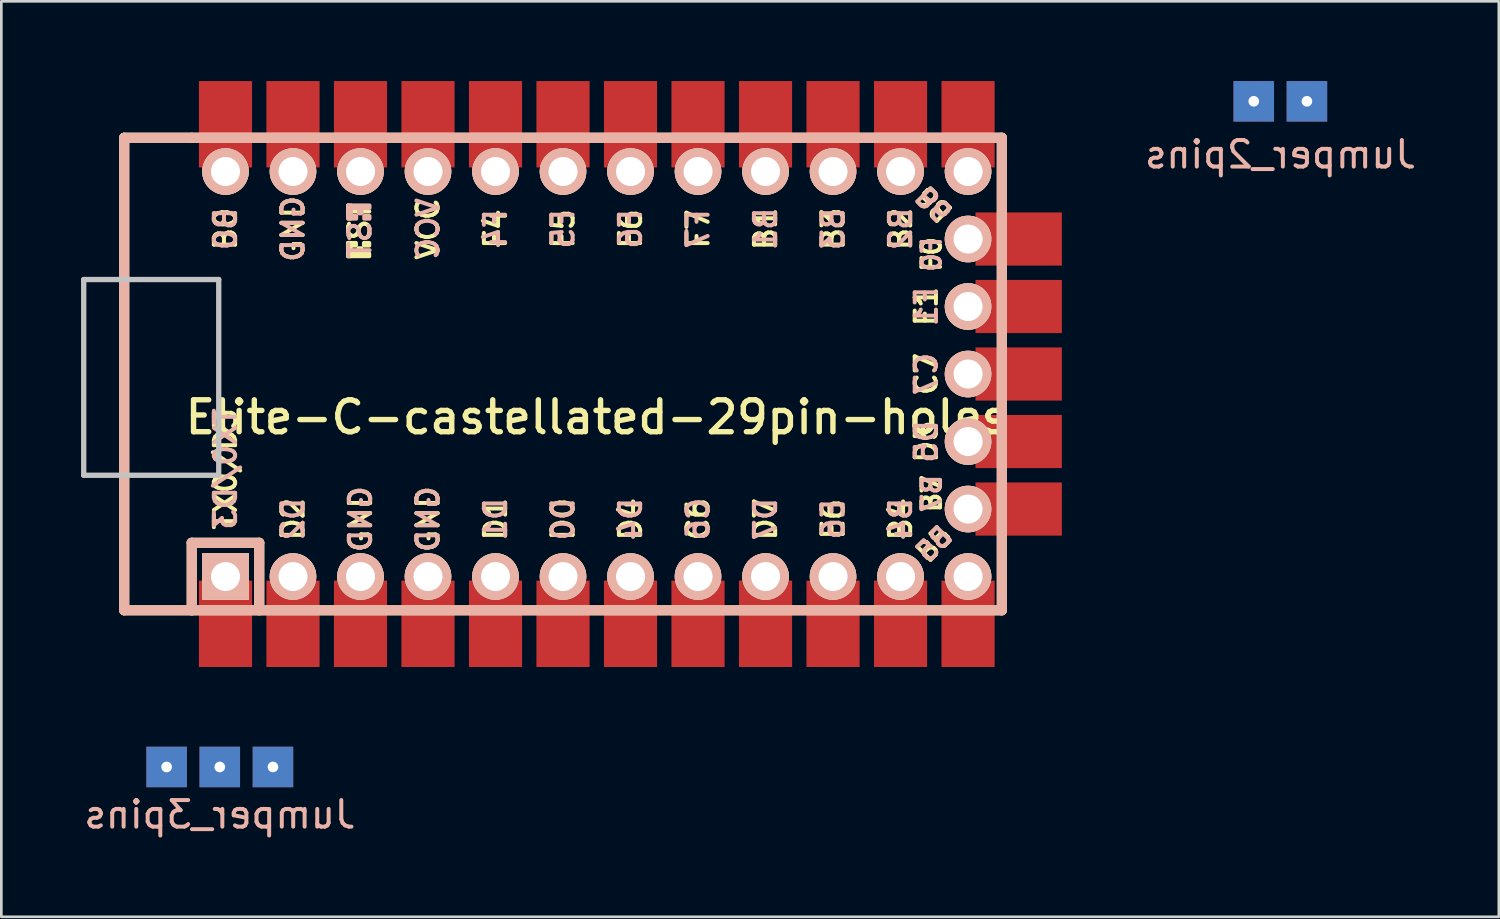
<source format=kicad_pcb>
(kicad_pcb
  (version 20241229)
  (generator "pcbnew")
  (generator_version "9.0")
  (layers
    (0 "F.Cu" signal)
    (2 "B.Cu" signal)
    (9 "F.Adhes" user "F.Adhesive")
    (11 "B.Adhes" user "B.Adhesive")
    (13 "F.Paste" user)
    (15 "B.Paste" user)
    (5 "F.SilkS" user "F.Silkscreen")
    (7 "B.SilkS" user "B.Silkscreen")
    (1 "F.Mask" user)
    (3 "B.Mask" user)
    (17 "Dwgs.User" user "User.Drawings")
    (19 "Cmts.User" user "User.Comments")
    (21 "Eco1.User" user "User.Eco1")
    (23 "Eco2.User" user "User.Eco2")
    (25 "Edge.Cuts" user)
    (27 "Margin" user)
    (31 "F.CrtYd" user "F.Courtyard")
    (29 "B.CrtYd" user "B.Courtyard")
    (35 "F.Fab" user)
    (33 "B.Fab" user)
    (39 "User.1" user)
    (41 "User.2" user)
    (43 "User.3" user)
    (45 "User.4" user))
  (footprint "Elite-C-castellated-29pin-holes"
    (layer "F.Cu")
    (at 19.404 11.023)
    (property "Reference" "Elite-C-castellated-29pin-holes" (at 0 1.625 0) (layer "F.SilkS") (effects (font (size 1.2 1.2) (thickness 0.203))))
    (attr through_hole)
    (fp_line (start -17.78 -8.89) (end -17.78 8.89) (stroke (width 0.381) (type solid)) (layer "F.SilkS"))
    (fp_line (start -17.78 8.89) (end -15.24 8.89) (stroke (width 0.381) (type solid)) (layer "F.SilkS"))
    (fp_line (start -15.24 -8.89) (end -17.78 -8.89) (stroke (width 0.381) (type solid)) (layer "F.SilkS"))
    (fp_line (start -15.24 6.35) (end -15.24 8.89) (stroke (width 0.381) (type solid)) (layer "F.SilkS"))
    (fp_line (start -15.24 6.35) (end -12.7 6.35) (stroke (width 0.381) (type solid)) (layer "F.SilkS"))
    (fp_line (start -15.24 8.89) (end 15.24 8.89) (stroke (width 0.381) (type solid)) (layer "F.SilkS"))
    (fp_line (start -12.7 6.35) (end -12.7 8.89) (stroke (width 0.381) (type solid)) (layer "F.SilkS"))
    (fp_line (start 15.24 -8.89) (end -15.24 -8.89) (stroke (width 0.381) (type solid)) (layer "F.SilkS"))
    (fp_line (start 15.24 8.89) (end 15.24 -8.89) (stroke (width 0.381) (type solid)) (layer "F.SilkS"))
    (fp_poly (pts (xy -9.361 -4.932) (xy -9.261 -4.932) (xy -9.261 -4.432) (xy -9.361 -4.432)) (stroke (width 0.15) (type solid)) (fill yes) (layer "F.SilkS"))
    (fp_poly (pts (xy -9.361 -4.932) (xy -9.061 -4.932) (xy -9.061 -4.832) (xy -9.361 -4.832)) (stroke (width 0.15) (type solid)) (fill yes) (layer "F.SilkS"))
    (fp_poly (pts (xy -9.361 -4.532) (xy -8.561 -4.532) (xy -8.561 -4.432) (xy -9.361 -4.432)) (stroke (width 0.15) (type solid)) (fill yes) (layer "F.SilkS"))
    (fp_poly (pts (xy -8.961 -4.732) (xy -8.861 -4.732) (xy -8.861 -4.632) (xy -8.961 -4.632)) (stroke (width 0.15) (type solid)) (fill yes) (layer "F.SilkS"))
    (fp_poly (pts (xy -8.761 -4.932) (xy -8.561 -4.932) (xy -8.561 -4.832) (xy -8.761 -4.832)) (stroke (width 0.15) (type solid)) (fill yes) (layer "F.SilkS"))
    (fp_line (start -17.78 -8.89) (end -17.78 8.89) (stroke (width 0.381) (type solid)) (layer "B.SilkS"))
    (fp_line (start -17.78 8.89) (end 15.24 8.89) (stroke (width 0.381) (type solid)) (layer "B.SilkS"))
    (fp_line (start -15.24 6.35) (end -15.24 8.89) (stroke (width 0.381) (type solid)) (layer "B.SilkS"))
    (fp_line (start -15.24 6.35) (end -12.7 6.35) (stroke (width 0.381) (type solid)) (layer "B.SilkS"))
    (fp_line (start -12.7 6.35) (end -12.7 8.89) (stroke (width 0.381) (type solid)) (layer "B.SilkS"))
    (fp_line (start 15.24 -8.89) (end -17.78 -8.89) (stroke (width 0.381) (type solid)) (layer "B.SilkS"))
    (fp_line (start 15.24 8.89) (end 15.24 -8.89) (stroke (width 0.381) (type solid)) (layer "B.SilkS"))
    (fp_poly (pts (xy -9.351 -6.245) (xy -8.551 -6.245) (xy -8.551 -6.345) (xy -9.351 -6.345)) (stroke (width 0.15) (type solid)) (fill yes) (layer "B.SilkS"))
    (fp_poly (pts (xy -9.351 -5.845) (xy -9.251 -5.845) (xy -9.251 -6.345) (xy -9.351 -6.345)) (stroke (width 0.15) (type solid)) (fill yes) (layer "B.SilkS"))
    (fp_poly (pts (xy -9.351 -5.845) (xy -9.051 -5.845) (xy -9.051 -5.945) (xy -9.351 -5.945)) (stroke (width 0.15) (type solid)) (fill yes) (layer "B.SilkS"))
    (fp_poly (pts (xy -8.951 -6.045) (xy -8.851 -6.045) (xy -8.851 -6.145) (xy -8.951 -6.145)) (stroke (width 0.15) (type solid)) (fill yes) (layer "B.SilkS"))
    (fp_poly (pts (xy -8.751 -5.845) (xy -8.551 -5.845) (xy -8.551 -5.945) (xy -8.751 -5.945)) (stroke (width 0.15) (type solid)) (fill yes) (layer "B.SilkS"))
    (fp_line (start -19.304 -3.556) (end -14.224 -3.556) (stroke (width 0.2) (type solid)) (layer "Dwgs.User"))
    (fp_line (start -19.304 3.81) (end -19.304 -3.556) (stroke (width 0.2) (type solid)) (layer "Dwgs.User"))
    (fp_line (start -14.224 -3.556) (end -14.224 3.81) (stroke (width 0.2) (type solid)) (layer "Dwgs.User"))
    (fp_line (start -14.224 3.81) (end -19.304 3.81) (stroke (width 0.2) (type solid)) (layer "Dwgs.User"))
    (fp_text user "VCC" (at -6.35 -5.461 90) (layer "F.SilkS") (effects (font (size 0.8 0.8) (thickness 0.15))))
    (fp_text user "D1" (at -3.81 5.461 90) (layer "F.SilkS") (effects (font (size 0.8 0.8) (thickness 0.15))))
    (fp_text user "B3" (at 8.89 -5.461 90) (layer "F.SilkS") (effects (font (size 0.8 0.8) (thickness 0.15))))
    (fp_text user "B0" (at -13.97 -5.461 90) (layer "F.SilkS") (effects (font (size 0.8 0.8) (thickness 0.15))))
    (fp_text user "D4" (at 1.27 5.461 90) (layer "F.SilkS") (effects (font (size 0.8 0.8) (thickness 0.15))))
    (fp_text user "F5" (at -1.27 -5.461 90) (layer "F.SilkS") (effects (font (size 0.8 0.8) (thickness 0.15))))
    (fp_text user "D5" (at 12.4 2.54 90) (layer "F.SilkS") (effects (font (size 0.8 0.8) (thickness 0.15))))
    (fp_text user "B7" (at 12.6 4.5 90) (layer "F.SilkS") (effects (font (size 0.7 0.7) (thickness 0.15))))
    (fp_text user "GND" (at -11.43 -5.461 90) (layer "F.SilkS") (effects (font (size 0.8 0.8) (thickness 0.15))))
    (fp_text user "E6" (at 8.89 5.461 90) (layer "F.SilkS") (effects (font (size 0.8 0.8) (thickness 0.15))))
    (fp_text user "GND" (at -6.35 5.461 90) (layer "F.SilkS") (effects (font (size 0.8 0.8) (thickness 0.15))))
    (fp_text user "B6" (at 12.7 -6.4 135) (unlocked yes) (layer "F.SilkS") (effects (font (size 0.7 0.7) (thickness 0.15))))
    (fp_text user "B2" (at 11.43 -5.461 90) (layer "F.SilkS") (effects (font (size 0.8 0.8) (thickness 0.15))))
    (fp_text user "TX0/D3" (at -13.97 3.572 90) (layer "F.SilkS") (effects (font (size 0.8 0.8) (thickness 0.15))))
    (fp_text user "B1" (at 6.35 -5.461 90) (layer "F.SilkS") (effects (font (size 0.8 0.8) (thickness 0.15))))
    (fp_text user "F7" (at 3.81 -5.461 90) (layer "F.SilkS") (effects (font (size 0.8 0.8) (thickness 0.15))))
    (fp_text user "F4" (at -3.81 -5.461 90) (layer "F.SilkS") (effects (font (size 0.8 0.8) (thickness 0.15))))
    (fp_text user "D2" (at -11.43 5.461 90) (layer "F.SilkS") (effects (font (size 0.8 0.8) (thickness 0.15))))
    (fp_text user "F1" (at 12.4 -2.54 90) (layer "F.SilkS") (effects (font (size 0.8 0.8) (thickness 0.15))))
    (fp_text user "B5" (at 12.7 6.4 45) (layer "F.SilkS") (effects (font (size 0.7 0.7) (thickness 0.15))))
    (fp_text user "F0" (at 12.6 -4.5 90) (layer "F.SilkS") (effects (font (size 0.7 0.7) (thickness 0.15))))
    (fp_text user "C6" (at 3.81 5.461 90) (layer "F.SilkS") (effects (font (size 0.8 0.8) (thickness 0.15))))
    (fp_text user "ST" (at -8.92 -5.733 90) (layer "F.SilkS") (effects (font (size 0.8 0.8) (thickness 0.15))))
    (fp_text user "C7" (at 12.4 0 90) (layer "F.SilkS") (effects (font (size 0.8 0.8) (thickness 0.15))))
    (fp_text user "D0" (at -1.27 5.461 90) (layer "F.SilkS") (effects (font (size 0.8 0.8) (thickness 0.15))))
    (fp_text user "D7" (at 6.35 5.461 90) (layer "F.SilkS") (effects (font (size 0.8 0.8) (thickness 0.15))))
    (fp_text user "F6" (at 1.27 -5.461 90) (layer "F.SilkS") (effects (font (size 0.8 0.8) (thickness 0.15))))
    (fp_text user "GND" (at -8.89 5.461 90) (layer "F.SilkS") (effects (font (size 0.8 0.8) (thickness 0.15))))
    (fp_text user "B4" (at 11.43 5.461 90) (layer "F.SilkS") (effects (font (size 0.8 0.8) (thickness 0.15))))
    (fp_text user "D5" (at 12.4 2.54 90) (layer "B.SilkS") (effects (font (size 0.8 0.8) (thickness 0.15)) (justify mirror)))
    (fp_text user "B7" (at 12.6 4.5 90) (layer "B.SilkS") (effects (font (size 0.7 0.7) (thickness 0.15)) (justify mirror)))
    (fp_text user "B3" (at 8.89 -5.461 90) (layer "B.SilkS") (effects (font (size 0.8 0.8) (thickness 0.15)) (justify mirror)))
    (fp_text user "C6" (at 3.81 5.461 90) (layer "B.SilkS") (effects (font (size 0.8 0.8) (thickness 0.15)) (justify mirror)))
    (fp_text user "GND" (at -6.35 5.461 90) (layer "B.SilkS") (effects (font (size 0.8 0.8) (thickness 0.15)) (justify mirror)))
    (fp_text user "B4" (at 11.43 5.461 90) (layer "B.SilkS") (effects (font (size 0.8 0.8) (thickness 0.15)) (justify mirror)))
    (fp_text user "D0" (at -1.27 5.461 90) (layer "B.SilkS") (effects (font (size 0.8 0.8) (thickness 0.15)) (justify mirror)))
    (fp_text user "GND" (at -11.43 -5.461 90) (layer "B.SilkS") (effects (font (size 0.8 0.8) (thickness 0.15)) (justify mirror)))
    (fp_text user "B2" (at 11.43 -5.461 90) (layer "B.SilkS") (effects (font (size 0.8 0.8) (thickness 0.15)) (justify mirror)))
    (fp_text user "D7" (at 6.35 5.461 90) (layer "B.SilkS") (effects (font (size 0.8 0.8) (thickness 0.15)) (justify mirror)))
    (fp_text user "D1" (at -3.81 5.461 90) (layer "B.SilkS") (effects (font (size 0.8 0.8) (thickness 0.15)) (justify mirror)))
    (fp_text user "B1" (at 6.35 -5.461 90) (layer "B.SilkS") (effects (font (size 0.8 0.8) (thickness 0.15)) (justify mirror)))
    (fp_text user "B5" (at 12.7 6.4 45) (layer "B.SilkS") (effects (font (size 0.7 0.7) (thickness 0.15)) (justify mirror)))
    (fp_text user "VCC" (at -6.35 -5.461 90) (layer "B.SilkS") (effects (font (size 0.8 0.8) (thickness 0.15)) (justify mirror)))
    (fp_text user "D2" (at -11.43 5.461 90) (layer "B.SilkS") (effects (font (size 0.8 0.8) (thickness 0.15)) (justify mirror)))
    (fp_text user "ST" (at -8.91 -5.04 90) (layer "B.SilkS") (effects (font (size 0.8 0.8) (thickness 0.15)) (justify mirror)))
    (fp_text user "B0" (at -13.97 -5.461 90) (layer "B.SilkS") (effects (font (size 0.8 0.8) (thickness 0.15)) (justify mirror)))
    (fp_text user "D4" (at 1.27 5.461 90) (layer "B.SilkS") (effects (font (size 0.8 0.8) (thickness 0.15)) (justify mirror)))
    (fp_text user "F4" (at -3.81 -5.461 90) (layer "B.SilkS") (effects (font (size 0.8 0.8) (thickness 0.15)) (justify mirror)))
    (fp_text user "C7" (at 12.4 0 90) (layer "B.SilkS") (effects (font (size 0.8 0.8) (thickness 0.15)) (justify mirror)))
    (fp_text user "F6" (at 1.27 -5.461 90) (layer "B.SilkS") (effects (font (size 0.8 0.8) (thickness 0.15)) (justify mirror)))
    (fp_text user "F5" (at -1.27 -5.461 90) (layer "B.SilkS") (effects (font (size 0.8 0.8) (thickness 0.15)) (justify mirror)))
    (fp_text user "E6" (at 8.89 5.461 90) (layer "B.SilkS") (effects (font (size 0.8 0.8) (thickness 0.15)) (justify mirror)))
    (fp_text user "F7" (at 3.81 -5.461 90) (layer "B.SilkS") (effects (font (size 0.8 0.8) (thickness 0.15)) (justify mirror)))
    (fp_text user "GND" (at -8.89 5.461 90) (layer "B.SilkS") (effects (font (size 0.8 0.8) (thickness 0.15)) (justify mirror)))
    (fp_text user "B6" (at 12.7 -6.4 135) (unlocked yes) (layer "B.SilkS") (effects (font (size 0.7 0.7) (thickness 0.15)) (justify mirror)))
    (fp_text user "F1" (at 12.4 -2.54 90) (layer "B.SilkS") (effects (font (size 0.8 0.8) (thickness 0.15)) (justify mirror)))
    (fp_text user "F0" (at 12.6 -4.5 90) (layer "B.SilkS") (effects (font (size 0.7 0.7) (thickness 0.15)) (justify mirror)))
    (fp_text user "TX0/D3" (at -13.97 3.572 90) (layer "B.SilkS") (effects (font (size 0.8 0.8) (thickness 0.15)) (justify mirror)))
    (pad "1" thru_hole rect (at -13.97 7.62) (size 1.753 1.753) (drill 1.092) (layers "*.Cu" "*.SilkS" "*.Mask"))
    (pad "1" smd rect (at -13.97 9.398) (size 2 3.25) (layers "F.Cu" "F.Mask" "F.Paste"))
    (pad "2" thru_hole circle (at -11.43 7.62) (size 1.753 1.753) (drill 1.092) (layers "*.Cu" "*.SilkS" "*.Mask"))
    (pad "2" smd rect (at -11.43 9.398) (size 2 3.25) (layers "F.Cu" "F.Mask" "F.Paste"))
    (pad "3" thru_hole circle (at -8.89 7.62) (size 1.753 1.753) (drill 1.092) (layers "*.Cu" "*.SilkS" "*.Mask"))
    (pad "3" smd rect (at -8.89 9.398) (size 2 3.25) (layers "F.Cu" "F.Mask" "F.Paste"))
    (pad "4" thru_hole circle (at -6.35 7.62) (size 1.753 1.753) (drill 1.092) (layers "*.Cu" "*.SilkS" "*.Mask"))
    (pad "4" smd rect (at -6.35 9.398) (size 2 3.25) (layers "F.Cu" "F.Mask" "F.Paste"))
    (pad "5" thru_hole circle (at -3.81 7.62) (size 1.753 1.753) (drill 1.092) (layers "*.Cu" "*.SilkS" "*.Mask"))
    (pad "5" smd rect (at -3.81 9.398) (size 2 3.25) (layers "F.Cu" "F.Mask" "F.Paste"))
    (pad "6" thru_hole circle (at -1.27 7.62) (size 1.753 1.753) (drill 1.092) (layers "*.Cu" "*.SilkS" "*.Mask"))
    (pad "6" smd rect (at -1.27 9.398) (size 2 3.25) (layers "F.Cu" "F.Mask" "F.Paste"))
    (pad "7" thru_hole circle (at 1.27 7.62) (size 1.753 1.753) (drill 1.092) (layers "*.Cu" "*.SilkS" "*.Mask"))
    (pad "7" smd rect (at 1.27 9.398) (size 2 3.25) (layers "F.Cu" "F.Mask" "F.Paste"))
    (pad "8" thru_hole circle (at 3.81 7.62) (size 1.753 1.753) (drill 1.092) (layers "*.Cu" "*.SilkS" "*.Mask"))
    (pad "8" smd rect (at 3.81 9.398) (size 2 3.25) (layers "F.Cu" "F.Mask" "F.Paste"))
    (pad "9" thru_hole circle (at 6.35 7.62) (size 1.753 1.753) (drill 1.092) (layers "*.Cu" "*.SilkS" "*.Mask"))
    (pad "9" smd rect (at 6.35 9.398) (size 2 3.25) (layers "F.Cu" "F.Mask" "F.Paste"))
    (pad "10" thru_hole circle (at 8.89 7.62) (size 1.753 1.753) (drill 1.092) (layers "*.Cu" "*.SilkS" "*.Mask"))
    (pad "10" smd rect (at 8.89 9.398) (size 2 3.25) (layers "F.Cu" "F.Mask" "F.Paste"))
    (pad "11" thru_hole circle (at 11.43 7.62) (size 1.753 1.753) (drill 1.092) (layers "*.Cu" "*.SilkS" "*.Mask"))
    (pad "11" smd rect (at 11.43 9.398) (size 2 3.25) (layers "F.Cu" "F.Mask" "F.Paste"))
    (pad "12" thru_hole circle (at 13.97 7.62) (size 1.753 1.753) (drill 1.092) (layers "*.Cu" "*.SilkS" "*.Mask"))
    (pad "12" smd rect (at 13.97 9.398) (size 2 3.25) (layers "F.Cu" "F.Mask" "F.Paste"))
    (pad "13" smd rect (at 13.97 -9.398) (size 2 3.25) (layers "F.Cu" "F.Mask" "F.Paste"))
    (pad "13" thru_hole circle (at 13.97 -7.62) (size 1.753 1.753) (drill 1.092) (layers "*.Cu" "*.SilkS" "*.Mask"))
    (pad "14" smd rect (at 11.43 -9.398) (size 2 3.25) (layers "F.Cu" "F.Mask" "F.Paste"))
    (pad "14" thru_hole circle (at 11.43 -7.62) (size 1.753 1.753) (drill 1.092) (layers "*.Cu" "*.SilkS" "*.Mask"))
    (pad "15" smd rect (at 8.89 -9.398) (size 2 3.25) (layers "F.Cu" "F.Mask" "F.Paste"))
    (pad "15" thru_hole circle (at 8.89 -7.62) (size 1.753 1.753) (drill 1.092) (layers "*.Cu" "*.SilkS" "*.Mask"))
    (pad "16" smd rect (at 6.35 -9.398) (size 2 3.25) (layers "F.Cu" "F.Mask" "F.Paste"))
    (pad "16" thru_hole circle (at 6.35 -7.62) (size 1.753 1.753) (drill 1.092) (layers "*.Cu" "*.SilkS" "*.Mask"))
    (pad "17" smd rect (at 3.81 -9.398) (size 2 3.25) (layers "F.Cu" "F.Mask" "F.Paste"))
    (pad "17" thru_hole circle (at 3.81 -7.62) (size 1.753 1.753) (drill 1.092) (layers "*.Cu" "*.SilkS" "*.Mask"))
    (pad "18" smd rect (at 1.27 -9.398) (size 2 3.25) (layers "F.Cu" "F.Mask" "F.Paste"))
    (pad "18" thru_hole circle (at 1.27 -7.62) (size 1.753 1.753) (drill 1.092) (layers "*.Cu" "*.SilkS" "*.Mask"))
    (pad "19" smd rect (at -1.27 -9.398) (size 2 3.25) (layers "F.Cu" "F.Mask" "F.Paste"))
    (pad "19" thru_hole circle (at -1.27 -7.62) (size 1.753 1.753) (drill 1.092) (layers "*.Cu" "*.SilkS" "*.Mask"))
    (pad "20" smd rect (at -3.81 -9.398) (size 2 3.25) (layers "F.Cu" "F.Mask" "F.Paste"))
    (pad "20" thru_hole circle (at -3.81 -7.62) (size 1.753 1.753) (drill 1.092) (layers "*.Cu" "*.SilkS" "*.Mask"))
    (pad "21" smd rect (at -6.35 -9.398) (size 2 3.25) (layers "F.Cu" "F.Mask" "F.Paste"))
    (pad "21" thru_hole circle (at -6.35 -7.62) (size 1.753 1.753) (drill 1.092) (layers "*.Cu" "*.SilkS" "*.Mask"))
    (pad "22" smd rect (at -8.89 -9.398) (size 2 3.25) (layers "F.Cu" "F.Mask" "F.Paste"))
    (pad "22" thru_hole circle (at -8.89 -7.62) (size 1.753 1.753) (drill 1.092) (layers "*.Cu" "*.SilkS" "*.Mask"))
    (pad "23" smd rect (at -11.43 -9.398) (size 2 3.25) (layers "F.Cu" "F.Mask" "F.Paste"))
    (pad "23" thru_hole circle (at -11.43 -7.62) (size 1.753 1.753) (drill 1.092) (layers "*.Cu" "*.SilkS" "*.Mask"))
    (pad "24" smd rect (at -13.97 -9.398) (size 2 3.25) (layers "F.Cu" "F.Mask" "F.Paste"))
    (pad "24" thru_hole circle (at -13.97 -7.62) (size 1.753 1.753) (drill 1.092) (layers "*.Cu" "*.SilkS" "*.Mask"))
    (pad "25" thru_hole circle (at 13.97 5.08) (size 1.753 1.753) (drill 1.092) (layers "*.Cu" "*.SilkS" "*.Mask"))
    (pad "25" smd rect (at 15.875 5.08 90) (size 2 3.25) (layers "F.Cu" "F.Mask" "F.Paste"))
    (pad "26" thru_hole circle (at 13.97 2.54) (size 1.753 1.753) (drill 1.092) (layers "*.Cu" "*.SilkS" "*.Mask"))
    (pad "26" smd rect (at 15.875 2.54 90) (size 2 3.25) (layers "F.Cu" "F.Mask" "F.Paste"))
    (pad "27" thru_hole circle (at 13.97 0) (size 1.753 1.753) (drill 1.092) (layers "*.Cu" "*.SilkS" "*.Mask"))
    (pad "27" smd rect (at 15.875 0 90) (size 2 3.25) (layers "F.Cu" "F.Mask" "F.Paste"))
    (pad "28" thru_hole circle (at 13.97 -2.54) (size 1.753 1.753) (drill 1.092) (layers "*.Cu" "*.SilkS" "*.Mask"))
    (pad "28" smd rect (at 15.875 -2.54 90) (size 2 3.25) (layers "F.Cu" "F.Mask" "F.Paste"))
    (pad "29" thru_hole circle (at 13.97 -5.08) (size 1.753 1.753) (drill 1.092) (layers "*.Cu" "*.SilkS" "*.Mask"))
    (pad "29" smd rect (at 15.875 -5.08 90) (size 2 3.25) (layers "F.Cu" "F.Mask" "F.Paste")))
  (footprint "Jumper_2pins"
    (layer "F.Cu")
    (at 45.124 0.762)
    (property "Reference" "Jumper_2pins" (at 0 2 0) (layer "B.SilkS") (effects (font (size 1 1) (thickness 0.15)) (justify mirror)))
    (attr through_hole)
    (pad "1" thru_hole rect (at -1 0) (size 1.524 1.524) (drill 0.4) (layers "*.Cu" "*.Mask"))
    (pad "2" thru_hole rect (at 1 0) (size 1.524 1.524) (drill 0.4) (layers "*.Cu" "*.Mask")))
  (footprint "Jumper_3pins"
    (layer "F.Cu")
    (at 5.22 27.798)
    (property "Reference" "Jumper_3pins" (at 0 -0.2 0) (layer "B.SilkS") (effects (font (size 1 1) (thickness 0.15)) (justify mirror)))
    (attr through_hole)
    (pad "1" thru_hole rect (at -2 -1.99) (size 1.524 1.524) (drill 0.4) (layers "*.Cu" "*.Mask"))
    (pad "2" thru_hole rect (at 0 -1.99) (size 1.524 1.524) (drill 0.4) (layers "*.Cu" "*.Mask"))
    (pad "3" thru_hole rect (at 2 -1.99) (size 1.524 1.524) (drill 0.4) (layers "*.Cu" "*.Mask")))
  (gr_rect
    (start -3 -3)
    (end 53.344 31.446)
    (stroke (width 0.1) (type default))
    (fill no)
    (layer "Edge.Cuts")))
</source>
